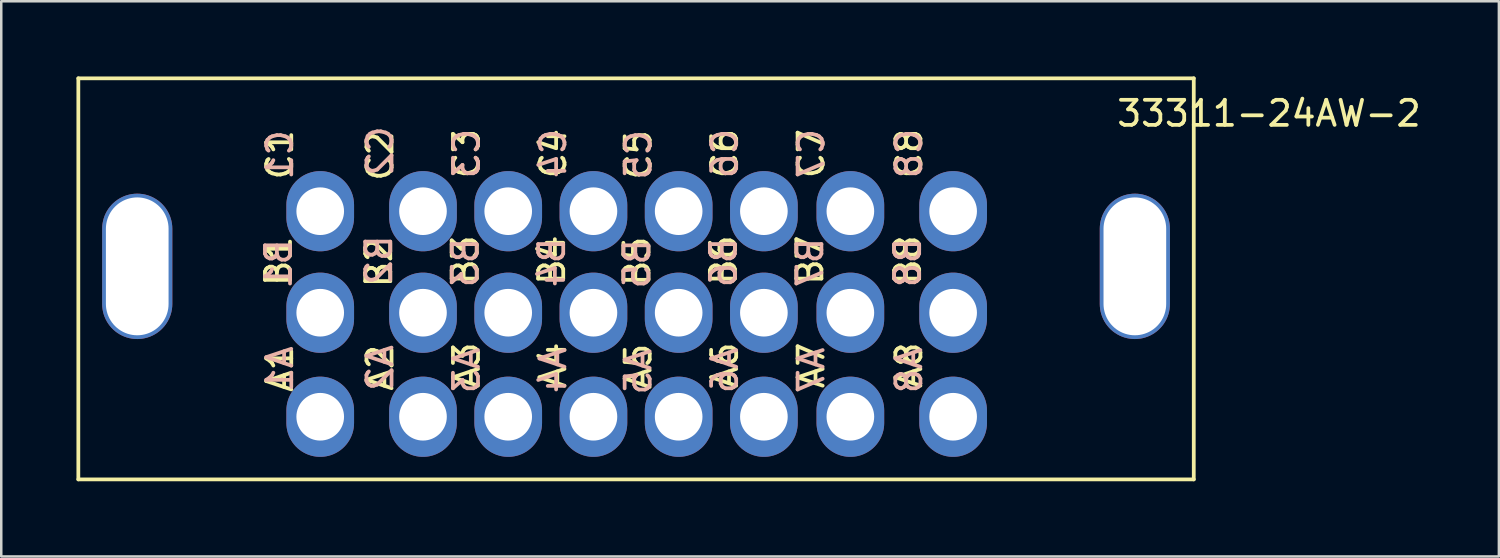
<source format=kicad_pcb>
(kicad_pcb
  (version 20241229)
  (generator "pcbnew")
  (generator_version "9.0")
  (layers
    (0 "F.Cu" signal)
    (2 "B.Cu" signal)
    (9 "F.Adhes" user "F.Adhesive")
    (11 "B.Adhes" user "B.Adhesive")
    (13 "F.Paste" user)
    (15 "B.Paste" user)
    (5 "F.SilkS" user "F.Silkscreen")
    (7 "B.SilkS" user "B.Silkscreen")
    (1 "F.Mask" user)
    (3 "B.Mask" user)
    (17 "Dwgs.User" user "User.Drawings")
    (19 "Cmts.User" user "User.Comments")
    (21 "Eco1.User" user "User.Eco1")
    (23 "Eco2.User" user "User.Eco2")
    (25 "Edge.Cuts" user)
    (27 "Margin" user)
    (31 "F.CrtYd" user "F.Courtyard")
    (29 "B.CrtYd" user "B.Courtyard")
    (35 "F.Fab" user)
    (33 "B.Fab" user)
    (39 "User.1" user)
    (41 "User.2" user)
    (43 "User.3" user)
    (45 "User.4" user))
  (footprint "33311-24AW-2"
    (layer "F.Cu")
    (at 9.725 13.576)
    (property "Reference" "33311-24AW-2" (at 37.85 -12.1 0) (unlocked yes) (layer "F.SilkS") (effects (font (size 1 1) (thickness 0.15))))
    (attr through_hole)
    (fp_line (start -9.65 -13.501) (end -9.65 2.499) (stroke (width 0.15) (type solid)) (layer "F.SilkS"))
    (fp_line (start -9.65 -13.501) (end 34.85 -13.501) (stroke (width 0.15) (type solid)) (layer "F.SilkS"))
    (fp_line (start 34.85 -13.501) (end 34.85 2.499) (stroke (width 0.15) (type solid)) (layer "F.SilkS"))
    (fp_line (start 34.85 2.499) (end -9.65 2.499) (stroke (width 0.15) (type solid)) (layer "F.SilkS"))
    (fp_text user "A2" (at 2.39 -1.95 90) (unlocked yes) (layer "F.SilkS") (effects (font (size 1 1) (thickness 0.15))))
    (fp_text user "C6" (at 16.14 -10.5 90) (unlocked yes) (layer "F.SilkS") (effects (font (size 1 1) (thickness 0.15))))
    (fp_text user "B5" (at 12.64 -6.2 90) (unlocked yes) (layer "F.SilkS") (effects (font (size 1 1) (thickness 0.15))))
    (fp_text user "A7" (at 19.59 -2.05 90) (unlocked yes) (layer "F.SilkS") (effects (font (size 1 1) (thickness 0.15))))
    (fp_text user "B2" (at 2.34 -6.15 90) (unlocked yes) (layer "F.SilkS") (effects (font (size 1 1) (thickness 0.15))))
    (fp_text user "A5" (at 12.69 -2 90) (unlocked yes) (layer "F.SilkS") (effects (font (size 1 1) (thickness 0.15))))
    (fp_text user "C5" (at 12.69 -10.45 90) (unlocked yes) (layer "F.SilkS") (effects (font (size 1 1) (thickness 0.15))))
    (fp_text user "B1" (at -1.66 -6.2 90) (unlocked yes) (layer "F.SilkS") (effects (font (size 1 1) (thickness 0.15))))
    (fp_text user "A8" (at 23.49 -2.05 90) (unlocked yes) (layer "F.SilkS") (effects (font (size 1 1) (thickness 0.15))))
    (fp_text user "C7" (at 19.59 -10.5 90) (unlocked yes) (layer "F.SilkS") (effects (font (size 1 1) (thickness 0.15))))
    (fp_text user "B3" (at 5.79 -6.25 90) (unlocked yes) (layer "F.SilkS") (effects (font (size 1 1) (thickness 0.15))))
    (fp_text user "B6" (at 16.09 -6.25 90) (unlocked yes) (layer "F.SilkS") (effects (font (size 1 1) (thickness 0.15))))
    (fp_text user "C4" (at 9.29 -10.5 90) (unlocked yes) (layer "F.SilkS") (effects (font (size 1 1) (thickness 0.15))))
    (fp_text user "C1" (at -1.61 -10.45 90) (unlocked yes) (layer "F.SilkS") (effects (font (size 1 1) (thickness 0.15))))
    (fp_text user "C2" (at 2.39 -10.4 90) (unlocked yes) (layer "F.SilkS") (effects (font (size 1 1) (thickness 0.15))))
    (fp_text user "A6" (at 16.14 -2.05 90) (unlocked yes) (layer "F.SilkS") (effects (font (size 1 1) (thickness 0.15))))
    (fp_text user "A3" (at 5.84 -2.05 90) (unlocked yes) (layer "F.SilkS") (effects (font (size 1 1) (thickness 0.15))))
    (fp_text user "A4" (at 9.29 -2.05 90) (unlocked yes) (layer "F.SilkS") (effects (font (size 1 1) (thickness 0.15))))
    (fp_text user "C8" (at 23.49 -10.5 90) (unlocked yes) (layer "F.SilkS") (effects (font (size 1 1) (thickness 0.15))))
    (fp_text user "C3" (at 5.84 -10.5 90) (unlocked yes) (layer "F.SilkS") (effects (font (size 1 1) (thickness 0.15))))
    (fp_text user "A1" (at -1.61 -1.9 90) (unlocked yes) (layer "F.SilkS") (effects (font (size 1 1) (thickness 0.15))))
    (fp_text user "B8" (at 23.44 -6.25 90) (unlocked yes) (layer "F.SilkS") (effects (font (size 1 1) (thickness 0.15))))
    (fp_text user "B7" (at 19.54 -6.25 90) (unlocked yes) (layer "F.SilkS") (effects (font (size 1 1) (thickness 0.15))))
    (fp_text user "B4" (at 9.24 -6.25 90) (unlocked yes) (layer "F.SilkS") (effects (font (size 1 1) (thickness 0.15))))
    (fp_text user "C2" (at 2.39 -10.6 90) (unlocked yes) (layer "B.SilkS") (effects (font (size 1 1) (thickness 0.15)) (justify mirror)))
    (fp_text user "B2" (at 2.34 -6.25 90) (unlocked yes) (layer "B.SilkS") (effects (font (size 1 1) (thickness 0.15)) (justify mirror)))
    (fp_text user "C1" (at -1.61 -10.45 90) (unlocked yes) (layer "B.SilkS") (effects (font (size 1 1) (thickness 0.15)) (justify mirror)))
    (fp_text user "B4" (at 9.24 -6.15 90) (unlocked yes) (layer "B.SilkS") (effects (font (size 1 1) (thickness 0.15)) (justify mirror)))
    (fp_text user "B8" (at 23.44 -6.15 90) (unlocked yes) (layer "B.SilkS") (effects (font (size 1 1) (thickness 0.15)) (justify mirror)))
    (fp_text user "A6" (at 16.14 -1.85 90) (unlocked yes) (layer "B.SilkS") (effects (font (size 1 1) (thickness 0.15)) (justify mirror)))
    (fp_text user "A7" (at 19.59 -1.85 90) (unlocked yes) (layer "B.SilkS") (effects (font (size 1 1) (thickness 0.15)) (justify mirror)))
    (fp_text user "C3" (at 5.84 -10.5 90) (unlocked yes) (layer "B.SilkS") (effects (font (size 1 1) (thickness 0.15)) (justify mirror)))
    (fp_text user "A1" (at -1.61 -1.9 90) (unlocked yes) (layer "B.SilkS") (effects (font (size 1 1) (thickness 0.15)) (justify mirror)))
    (fp_text user "C4" (at 9.29 -10.5 90) (unlocked yes) (layer "B.SilkS") (effects (font (size 1 1) (thickness 0.15)) (justify mirror)))
    (fp_text user "B3" (at 5.79 -6.15 90) (unlocked yes) (layer "B.SilkS") (effects (font (size 1 1) (thickness 0.15)) (justify mirror)))
    (fp_text user "B1" (at -1.66 -6.1 90) (unlocked yes) (layer "B.SilkS") (effects (font (size 1 1) (thickness 0.15)) (justify mirror)))
    (fp_text user "A2" (at 2.39 -1.95 90) (unlocked yes) (layer "B.SilkS") (effects (font (size 1 1) (thickness 0.15)) (justify mirror)))
    (fp_text user "B5" (at 12.64 -6.1 90) (unlocked yes) (layer "B.SilkS") (effects (font (size 1 1) (thickness 0.15)) (justify mirror)))
    (fp_text user "A4" (at 9.29 -1.85 90) (unlocked yes) (layer "B.SilkS") (effects (font (size 1 1) (thickness 0.15)) (justify mirror)))
    (fp_text user "C6" (at 16.14 -10.5 90) (unlocked yes) (layer "B.SilkS") (effects (font (size 1 1) (thickness 0.15)) (justify mirror)))
    (fp_text user "C7" (at 19.59 -10.5 90) (unlocked yes) (layer "B.SilkS") (effects (font (size 1 1) (thickness 0.15)) (justify mirror)))
    (fp_text user "B6" (at 16.09 -6.15 90) (unlocked yes) (layer "B.SilkS") (effects (font (size 1 1) (thickness 0.15)) (justify mirror)))
    (fp_text user "C8" (at 23.49 -10.5 90) (unlocked yes) (layer "B.SilkS") (effects (font (size 1 1) (thickness 0.15)) (justify mirror)))
    (fp_text user "A3" (at 5.84 -1.85 90) (unlocked yes) (layer "B.SilkS") (effects (font (size 1 1) (thickness 0.15)) (justify mirror)))
    (fp_text user "B7" (at 19.54 -6.15 90) (unlocked yes) (layer "B.SilkS") (effects (font (size 1 1) (thickness 0.15)) (justify mirror)))
    (fp_text user "A8" (at 23.49 -1.85 90) (unlocked yes) (layer "B.SilkS") (effects (font (size 1 1) (thickness 0.15)) (justify mirror)))
    (fp_text user "C5" (at 12.69 -10.45 90) (unlocked yes) (layer "B.SilkS") (effects (font (size 1 1) (thickness 0.15)) (justify mirror)))
    (fp_text user "A5" (at 12.69 -1.8 90) (unlocked yes) (layer "B.SilkS") (effects (font (size 1 1) (thickness 0.15)) (justify mirror)))
    (pad "" thru_hole oval (at -7.3 -6 270) (size 5.8 2.8) (drill oval 5.5 2.5) (layers "*.Cu" "*.Mask"))
    (pad "" thru_hole oval (at 32.5 -6 270) (size 5.8 2.8) (drill oval 5.5 2.5) (layers "*.Cu" "*.Mask"))
    (pad "1" thru_hole oval (at 0 0 270) (size 3.2 2.7) (drill oval 1.9) (layers "*.Cu" "*.Mask"))
    (pad "2" thru_hole oval (at 4.1 0 270) (size 3.2 2.7) (drill oval 1.9) (layers "*.Cu" "*.Mask"))
    (pad "3" thru_hole oval (at 7.5 0 270) (size 3.2 2.7) (drill oval 1.9) (layers "*.Cu" "*.Mask"))
    (pad "4" thru_hole oval (at 10.9 0 270) (size 3.2 2.7) (drill oval 1.9) (layers "*.Cu" "*.Mask"))
    (pad "5" thru_hole oval (at 14.3 0 270) (size 3.2 2.7) (drill oval 1.9) (layers "*.Cu" "*.Mask"))
    (pad "6" thru_hole oval (at 17.7 0 270) (size 3.2 2.7) (drill oval 1.9) (layers "*.Cu" "*.Mask"))
    (pad "7" thru_hole oval (at 21.15 0 270) (size 3.2 2.7) (drill oval 1.9) (layers "*.Cu" "*.Mask"))
    (pad "8" thru_hole oval (at 25.25 0 270) (size 3.2 2.7) (drill oval 1.9) (layers "*.Cu" "*.Mask"))
    (pad "9" thru_hole oval (at 0 -4.15 270) (size 3.2 2.7) (drill oval 1.9) (layers "*.Cu" "*.Mask"))
    (pad "10" thru_hole oval (at 4.1 -4.15 270) (size 3.2 2.7) (drill oval 1.9) (layers "*.Cu" "*.Mask"))
    (pad "11" thru_hole oval (at 7.5 -4.15 270) (size 3.2 2.7) (drill oval 1.9) (layers "*.Cu" "*.Mask"))
    (pad "12" thru_hole oval (at 10.9 -4.15 270) (size 3.2 2.7) (drill oval 1.9) (layers "*.Cu" "*.Mask"))
    (pad "13" thru_hole oval (at 14.3 -4.15 270) (size 3.2 2.7) (drill oval 1.9) (layers "*.Cu" "*.Mask"))
    (pad "14" thru_hole oval (at 17.7 -4.15 270) (size 3.2 2.7) (drill oval 1.9) (layers "*.Cu" "*.Mask"))
    (pad "15" thru_hole oval (at 21.15 -4.15 270) (size 3.2 2.7) (drill oval 1.9) (layers "*.Cu" "*.Mask"))
    (pad "16" thru_hole oval (at 25.25 -4.15 270) (size 3.2 2.7) (drill oval 1.9) (layers "*.Cu" "*.Mask"))
    (pad "17" thru_hole oval (at 0 -8.2 270) (size 3.2 2.7) (drill oval 1.9) (layers "*.Cu" "*.Mask"))
    (pad "18" thru_hole oval (at 4.1 -8.2 270) (size 3.2 2.7) (drill oval 1.9) (layers "*.Cu" "*.Mask"))
    (pad "19" thru_hole oval (at 7.5 -8.2 270) (size 3.2 2.7) (drill oval 1.9) (layers "*.Cu" "*.Mask"))
    (pad "20" thru_hole oval (at 10.9 -8.2 270) (size 3.2 2.7) (drill oval 1.9) (layers "*.Cu" "*.Mask"))
    (pad "21" thru_hole oval (at 14.3 -8.2 270) (size 3.2 2.7) (drill oval 1.9) (layers "*.Cu" "*.Mask"))
    (pad "22" thru_hole oval (at 17.7 -8.2 270) (size 3.2 2.7) (drill oval 1.9) (layers "*.Cu" "*.Mask"))
    (pad "23" thru_hole oval (at 21.15 -8.2 270) (size 3.2 2.7) (drill oval 1.9) (layers "*.Cu" "*.Mask"))
    (pad "24" thru_hole oval (at 25.25 -8.2 270) (size 3.2 2.7) (drill oval 1.9) (layers "*.Cu" "*.Mask")))
  (gr_rect
    (start -3 -3)
    (end 56.748 19.15)
    (stroke (width 0.1) (type default))
    (fill no)
    (layer "Edge.Cuts")))
</source>
